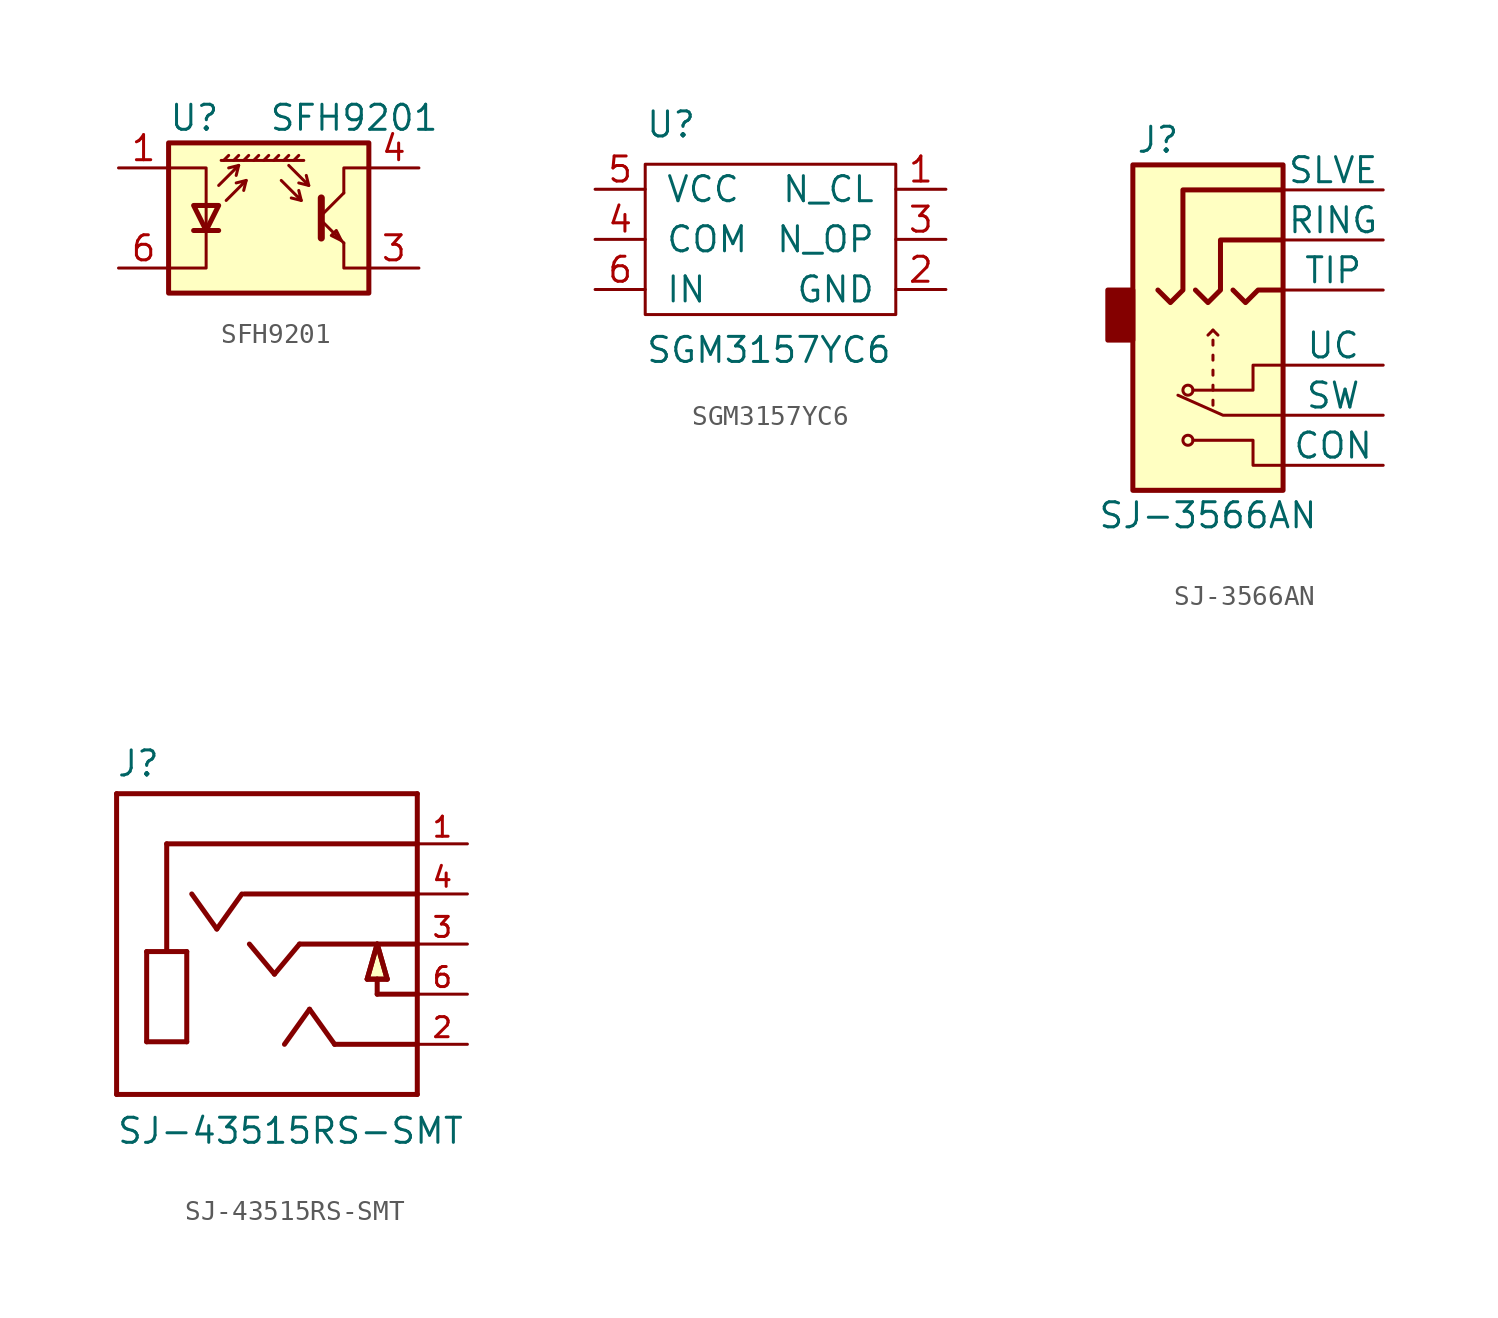
<source format=kicad_sym>
(kicad_symbol_lib
  (version 20210619)
  (generator kicad_symbol_editor)
  (symbol "custom:SFH9201"
    (pin_names
      (offset 0.025) hide)
    (property "Reference" "U"
      (at -5.08 5.08 0)
      (effects (font (size 1.27 1.27)) (justify left)))
    (property "Value" "SFH9201"
      (at 0 5.08 0)
      (effects (font (size 1.27 1.27)) (justify left)))
    (symbol "SFH9201_0_1"
      (polyline (pts (xy -3.81 -0.635) (xy -2.54 -0.635)) (stroke (width 0.254)) (fill (type none)))
      (polyline (pts (xy -2.286 2.921) (xy -2.032 3.175)) (stroke (width 0)) (fill (type none)))
      (polyline (pts (xy -1.778 2.921) (xy -1.524 3.175)) (stroke (width 0)) (fill (type none)))
      (polyline (pts (xy -1.524 2.667) (xy -1.651 2.159)) (stroke (width 0)) (fill (type none)))
      (polyline (pts (xy -1.27 2.921) (xy -1.016 3.175)) (stroke (width 0)) (fill (type none)))
      (polyline (pts (xy -1.143 1.905) (xy -1.27 1.397)) (stroke (width 0)) (fill (type none)))
      (polyline (pts (xy -0.762 2.921) (xy -0.508 3.175)) (stroke (width 0)) (fill (type none)))
      (polyline (pts (xy -0.254 2.921) (xy 0 3.175)) (stroke (width 0)) (fill (type none)))
      (polyline (pts (xy 0.254 2.921) (xy 0.508 3.175)) (stroke (width 0)) (fill (type none)))
      (polyline (pts (xy 0.762 2.921) (xy 1.016 3.175)) (stroke (width 0)) (fill (type none)))
      (polyline (pts (xy 1.27 2.921) (xy 1.524 3.175)) (stroke (width 0)) (fill (type none)))
      (polyline (pts (xy 1.651 0.889) (xy 1.143 1.016)) (stroke (width 0)) (fill (type none)))
      (polyline (pts (xy 1.778 2.921) (xy -2.413 2.921)) (stroke (width 0)) (fill (type none)))
      (polyline (pts (xy 2.032 1.651) (xy 1.524 1.778)) (stroke (width 0)) (fill (type none)))
      (polyline (pts (xy 2.667 -0.127) (xy 3.81 -1.27)) (stroke (width 0)) (fill (type none)))
      (polyline (pts (xy 2.667 0.127) (xy 3.81 1.27)) (stroke (width 0)) (fill (type none)))
      (polyline (pts (xy -2.54 1.651) (xy -1.524 2.667) (xy -2.032 2.54)) (stroke (width 0)) (fill (type none)))
      (polyline (pts (xy -2.159 0.889) (xy -1.143 1.905) (xy -1.651 1.778)) (stroke (width 0)) (fill (type none)))
      (polyline (pts (xy 0.635 1.905) (xy 1.651 0.889) (xy 1.524 1.397)) (stroke (width 0)) (fill (type none)))
      (polyline (pts (xy 1.016 2.667) (xy 2.032 1.651) (xy 1.905 2.159)) (stroke (width 0)) (fill (type none)))
      (polyline (pts (xy 2.667 1.016) (xy 2.667 -1.016) (xy 2.667 -1.016)) (stroke (width 0.356)) (fill (type none)))
      (polyline (pts (xy 3.81 -1.27) (xy 3.81 -2.54) (xy 5.08 -2.54)) (stroke (width 0)) (fill (type none)))
      (polyline (pts (xy 3.81 1.27) (xy 3.81 2.54) (xy 5.08 2.54)) (stroke (width 0)) (fill (type none)))
      (polyline (pts (xy -5.08 -2.54) (xy -3.175 -2.54) (xy -3.175 2.54) (xy -5.08 2.54)) (stroke (width 0)) (fill (type none)))
      (polyline (pts (xy -3.175 -0.635) (xy -3.81 0.635) (xy -2.54 0.635) (xy -3.175 -0.635)) (stroke (width 0.254)) (fill (type none)))
      (polyline (pts (xy 3.683 -1.143) (xy 3.429 -0.635) (xy 3.175 -0.889) (xy 3.683 -1.143)) (stroke (width 0)) (fill (type none)))
      (polyline (pts (xy -5.08 -3.81) (xy 5.08 -3.81) (xy 5.08 3.81) (xy -5.08 3.81) (xy -5.08 -3.81)) (stroke (width 0.254)) (fill (type background))))
    (symbol "SFH9201_1_1"
      (pin passive line (at -7.62 2.54 0) (length 2.54) (name "A" (effects (font (size 1.27 1.27)))) (number "1" (effects (font (size 1.27 1.27)))))
      (pin no_connect line (at -5.08 0 0) (length 2.54) hide (name "NC" (effects (font (size 1.27 1.27)))) (number "2" (effects (font (size 1.27 1.27)))))
      (pin open_emitter line (at 7.62 -2.54 180) (length 2.54) (name "E" (effects (font (size 1.27 1.27)))) (number "3" (effects (font (size 1.27 1.27)))))
      (pin open_collector line (at 7.62 2.54 180) (length 2.54) (name "C" (effects (font (size 1.27 1.27)))) (number "4" (effects (font (size 1.27 1.27)))))
      (pin no_connect line (at 5.08 0 180) (length 2.54) hide (name "NC" (effects (font (size 1.27 1.27)))) (number "5" (effects (font (size 1.27 1.27)))))
      (pin passive line (at -7.62 -2.54 0) (length 2.54) (name "K" (effects (font (size 1.27 1.27)))) (number "6" (effects (font (size 1.27 1.27)))))))
  (symbol "custom:SGM3157YC6"
    (pin_names
      (offset 1.016))
    (property "Reference" "U"
      (at -6.35 6.35 0)
      (effects (font (size 1.27 1.27)) (justify left bottom)))
    (property "Value" "SGM3157YC6"
      (at -6.35 -5.08 0)
      (effects (font (size 1.27 1.27)) (justify left bottom)))
    (symbol "SGM3157YC6_0_1"
      (rectangle (start -6.35 5.08) (end 6.35 -2.54) (stroke (width 0)) (fill (type none))))
    (symbol "SGM3157YC6_1_1"
      (pin bidirectional line (at 8.89 3.81 180) (length 2.54) (name "N_CL" (effects (font (size 1.27 1.27)))) (number "1" (effects (font (size 1.27 1.27)))))
      (pin power_in line (at 8.89 -1.27 180) (length 2.54) (name "GND" (effects (font (size 1.27 1.27)))) (number "2" (effects (font (size 1.27 1.27)))))
      (pin bidirectional line (at 8.89 1.27 180) (length 2.54) (name "N_OP" (effects (font (size 1.27 1.27)))) (number "3" (effects (font (size 1.27 1.27)))))
      (pin bidirectional line (at -8.89 1.27 0) (length 2.54) (name "COM" (effects (font (size 1.27 1.27)))) (number "4" (effects (font (size 1.27 1.27)))))
      (pin power_in line (at -8.89 3.81 0) (length 2.54) (name "VCC" (effects (font (size 1.27 1.27)))) (number "5" (effects (font (size 1.27 1.27)))))
      (pin input line (at -8.89 -1.27 0) (length 2.54) (name "IN" (effects (font (size 1.27 1.27)))) (number "6" (effects (font (size 1.27 1.27)))))))
  (symbol "custom:SJ-3566AN"
    (pin_numbers hide)
    (pin_names
      (offset 0))
    (property "Reference" "J"
      (at -3.81 5.08 0)
      (effects (font (size 1.27 1.27))))
    (property "Value" "SJ-3566AN"
      (at -1.27 -13.97 0)
      (effects (font (size 1.27 1.27))))
    (symbol "SJ-3566AN_0_1"
      (circle (center -2.286 -7.62) (radius 0.254) (stroke (width 0)) (fill (type none)))
      (rectangle (start -5.08 -5.08) (end -6.35 -2.54) (stroke (width 0.254)) (fill (type outline)))
      (rectangle (start 2.54 3.81) (end -5.08 -12.7) (stroke (width 0.254)) (fill (type background)))
      (polyline (pts (xy -1.016 -8.382) (xy -1.016 -8.128)) (stroke (width 0)) (fill (type none)))
      (polyline (pts (xy -1.016 -4.572) (xy -1.27 -4.826)) (stroke (width 0)) (fill (type none)))
      (polyline (pts (xy -1.016 -4.572) (xy -0.762 -4.826)) (stroke (width 0)) (fill (type none)))
      (polyline (pts (xy 2.54 -8.89) (xy -0.508 -8.89) (xy -2.794 -7.874)) (stroke (width 0)) (fill (type none)))
      (polyline (pts (xy 0 -2.54) (xy 0.635 -3.175) (xy 1.27 -2.54) (xy 2.54 -2.54)) (stroke (width 0.254)) (fill (type none)))
      (polyline (pts (xy -2.032 -7.62) (xy 0 -7.62) (xy 1.016 -7.62) (xy 1.016 -6.35) (xy 2.54 -6.35)) (stroke (width 0)) (fill (type none)))
      (polyline (pts (xy -1.905 -2.54) (xy -1.27 -3.175) (xy -0.635 -2.54) (xy -0.635 0) (xy 2.54 0)) (stroke (width 0.254)) (fill (type none)))
      (polyline (pts (xy 2.54 2.54) (xy -2.54 2.54) (xy -2.54 -2.54) (xy -3.175 -3.175) (xy -3.81 -2.54)) (stroke (width 0.254)) (fill (type none))))
    (symbol "SJ-3566AN_1_1"
      (circle (center -2.286 -10.16) (radius 0.254) (stroke (width 0)) (fill (type none)))
      (polyline (pts (xy -1.016 -7.62) (xy -1.016 -7.366)) (stroke (width 0)) (fill (type none)))
      (polyline (pts (xy -1.016 -6.858) (xy -1.016 -6.604)) (stroke (width 0)) (fill (type none)))
      (polyline (pts (xy -1.016 -6.096) (xy -1.016 -5.842)) (stroke (width 0)) (fill (type none)))
      (polyline (pts (xy -1.016 -5.334) (xy -1.016 -5.08)) (stroke (width 0)) (fill (type none)))
      (polyline (pts (xy -2.032 -10.16) (xy 0 -10.16) (xy 1.016 -10.16) (xy 1.016 -11.43) (xy 2.54 -11.43)) (stroke (width 0)) (fill (type none)))
      (pin passive line (at 7.62 2.54 180) (length 5.08) (name "SLVE" (effects (font (size 1.27 1.27)))) (number "1" (effects (font (size 1.27 1.27)))))
      (pin passive line (at 7.62 -2.54 180) (length 5.08) (name "TIP" (effects (font (size 1.27 1.27)))) (number "2" (effects (font (size 1.27 1.27)))))
      (pin passive line (at 7.62 0 180) (length 5.08) (name "RING" (effects (font (size 1.27 1.27)))) (number "3" (effects (font (size 1.27 1.27)))))
      (pin passive line (at 7.62 -6.35 180) (length 5.08) (name "UC" (effects (font (size 1.27 1.27)))) (number "4" (effects (font (size 1.27 1.27)))))
      (pin passive line (at 7.62 -8.89 180) (length 5.08) (name "SW" (effects (font (size 1.27 1.27)))) (number "5" (effects (font (size 1.27 1.27)))))
      (pin passive line (at 7.62 -11.43 180) (length 5.08) (name "CON" (effects (font (size 1.27 1.27)))) (number "6" (effects (font (size 1.27 1.27)))))))
  (symbol "custom:SJ-43515RS-SMT"
    (pin_names
      (offset 1.016) hide)
    (property "Reference" "J"
      (at -7.645 8.407 0)
      (effects (font (size 1.27 1.27)) (justify left bottom)))
    (property "Value" "SJ-43515RS-SMT"
      (at -7.645 -10.211 0)
      (effects (font (size 1.27 1.27)) (justify left bottom)))
    (symbol "SJ-43515RS-SMT_0_0"
      (polyline (pts (xy -7.62 -7.62) (xy -7.62 7.62)) (stroke (width 0.254)) (fill (type none)))
      (polyline (pts (xy -7.62 7.62) (xy 7.62 7.62)) (stroke (width 0.254)) (fill (type none)))
      (polyline (pts (xy -6.096 -4.953) (xy -4.064 -4.953)) (stroke (width 0.254)) (fill (type none)))
      (polyline (pts (xy -6.096 -0.381) (xy -6.096 -4.953)) (stroke (width 0.254)) (fill (type none)))
      (polyline (pts (xy -5.08 5.08) (xy -5.08 -0.254)) (stroke (width 0.254)) (fill (type none)))
      (polyline (pts (xy -5.08 5.08) (xy 7.62 5.08)) (stroke (width 0.254)) (fill (type none)))
      (polyline (pts (xy -4.064 -4.953) (xy -4.064 -0.381)) (stroke (width 0.254)) (fill (type none)))
      (polyline (pts (xy -4.064 -0.381) (xy -6.096 -0.381)) (stroke (width 0.254)) (fill (type none)))
      (polyline (pts (xy -3.81 2.54) (xy -2.54 0.762)) (stroke (width 0.254)) (fill (type none)))
      (polyline (pts (xy -2.54 0.762) (xy -1.27 2.54)) (stroke (width 0.254)) (fill (type none)))
      (polyline (pts (xy -1.143 2.54) (xy 7.62 2.54)) (stroke (width 0.254)) (fill (type none)))
      (polyline (pts (xy -0.889 0) (xy 0.381 -1.524)) (stroke (width 0.254)) (fill (type none)))
      (polyline (pts (xy 0.381 -1.524) (xy 1.651 0)) (stroke (width 0.254)) (fill (type none)))
      (polyline (pts (xy 0.889 -5.08) (xy 2.159 -3.302)) (stroke (width 0.254)) (fill (type none)))
      (polyline (pts (xy 1.651 0) (xy 7.62 0)) (stroke (width 0.254)) (fill (type none)))
      (polyline (pts (xy 2.159 -3.302) (xy 3.429 -5.08)) (stroke (width 0.254)) (fill (type none)))
      (polyline (pts (xy 3.429 -5.08) (xy 7.62 -5.08)) (stroke (width 0.254)) (fill (type none)))
      (polyline (pts (xy 5.08 -1.778) (xy 5.588 -1.778)) (stroke (width 0.254)) (fill (type none)))
      (polyline (pts (xy 5.588 -2.54) (xy 5.588 -1.778)) (stroke (width 0.254)) (fill (type none)))
      (polyline (pts (xy 5.588 -1.778) (xy 6.096 -1.778)) (stroke (width 0.254)) (fill (type none)))
      (polyline (pts (xy 5.588 0) (xy 5.08 -1.778)) (stroke (width 0.254)) (fill (type none)))
      (polyline (pts (xy 6.096 -1.778) (xy 5.588 0)) (stroke (width 0.254)) (fill (type none)))
      (polyline (pts (xy 7.62 -7.62) (xy -7.62 -7.62)) (stroke (width 0.254)) (fill (type none)))
      (polyline (pts (xy 7.62 -5.08) (xy 7.62 -7.62)) (stroke (width 0.254)) (fill (type none)))
      (polyline (pts (xy 7.62 -2.54) (xy 5.588 -2.54)) (stroke (width 0.254)) (fill (type none)))
      (polyline (pts (xy 7.62 -2.54) (xy 7.62 -5.08)) (stroke (width 0.254)) (fill (type none)))
      (polyline (pts (xy 7.62 0) (xy 7.62 -2.54)) (stroke (width 0.254)) (fill (type none)))
      (polyline (pts (xy 7.62 2.54) (xy 7.62 0)) (stroke (width 0.254)) (fill (type none)))
      (polyline (pts (xy 7.62 5.08) (xy 7.62 2.54)) (stroke (width 0.254)) (fill (type none)))
      (polyline (pts (xy 7.62 7.62) (xy 7.62 5.08)) (stroke (width 0.254)) (fill (type none)))
      (polyline (pts (xy 5.08 -1.778) (xy 6.096 -1.778) (xy 5.588 0) (xy 5.08 -1.778)) (stroke (width 0.254)) (fill (type background)))
      (pin passive line (at 10.16 5.08 180) (length 2.54) (name "~" (effects (font (size 1.016 1.016)))) (number "1" (effects (font (size 1.016 1.016)))))
      (pin passive line (at 10.16 -5.08 180) (length 2.54) (name "~" (effects (font (size 1.016 1.016)))) (number "2" (effects (font (size 1.016 1.016)))))
      (pin passive line (at 10.16 0 180) (length 2.54) (name "~" (effects (font (size 1.016 1.016)))) (number "3" (effects (font (size 1.016 1.016)))))
      (pin passive line (at 10.16 2.54 180) (length 2.54) (name "~" (effects (font (size 1.016 1.016)))) (number "4" (effects (font (size 1.016 1.016)))))
      (pin passive line (at 10.16 -2.54 180) (length 2.54) (name "~" (effects (font (size 1.016 1.016)))) (number "6" (effects (font (size 1.016 1.016))))))))
</source>
